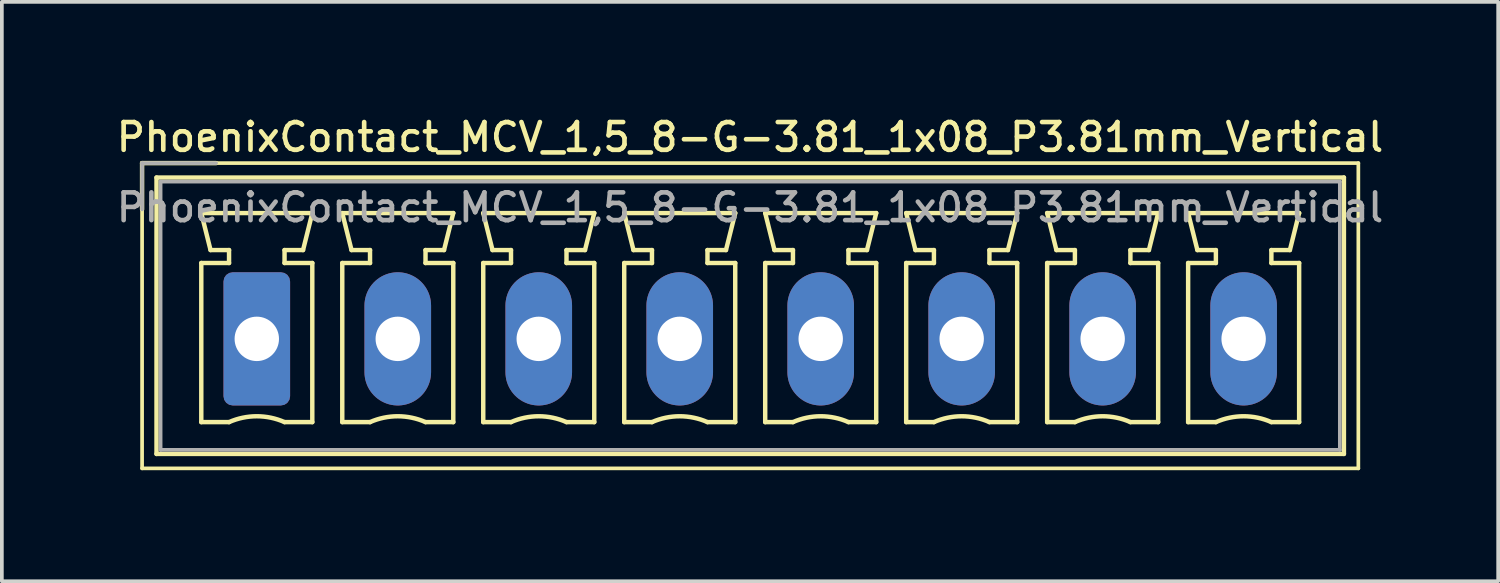
<source format=kicad_pcb>
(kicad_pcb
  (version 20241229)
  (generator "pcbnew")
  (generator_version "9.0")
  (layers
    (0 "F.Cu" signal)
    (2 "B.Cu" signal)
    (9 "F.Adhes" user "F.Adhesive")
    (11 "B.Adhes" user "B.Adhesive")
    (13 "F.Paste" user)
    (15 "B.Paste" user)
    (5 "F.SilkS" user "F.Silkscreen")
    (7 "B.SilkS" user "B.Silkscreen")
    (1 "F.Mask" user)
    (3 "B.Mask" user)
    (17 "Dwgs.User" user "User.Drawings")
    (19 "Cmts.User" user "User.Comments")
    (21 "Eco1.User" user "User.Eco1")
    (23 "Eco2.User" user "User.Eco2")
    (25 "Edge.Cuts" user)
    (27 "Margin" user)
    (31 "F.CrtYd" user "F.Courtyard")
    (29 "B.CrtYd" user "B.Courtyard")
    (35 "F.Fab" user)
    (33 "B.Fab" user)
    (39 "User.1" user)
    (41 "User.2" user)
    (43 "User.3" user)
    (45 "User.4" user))
  (footprint "PhoenixContact_MCV_1,5_8-G-3.81_1x08_P3.81mm_Vertical"
    (layer "F.Cu")
    (at 3.89 6.108)
    (property "Reference" "PhoenixContact_MCV_1,5_8-G-3.81_1x08_P3.81mm_Vertical" (at 13.33 -5.45 0) (layer "F.SilkS") (effects (font (size 0.75 0.75) (thickness 0.125))))
    (attr through_hole)
    (fp_line (start -3.1 -4.75) (end -3.1 3.5) (stroke (width 0.1) (type solid)) (layer "F.SilkS"))
    (fp_line (start -3.1 -4.75) (end -1.1 -4.75) (stroke (width 0.12) (type solid)) (layer "F.SilkS"))
    (fp_line (start -3.1 -3.5) (end -3.1 -4.75) (stroke (width 0.12) (type solid)) (layer "F.SilkS"))
    (fp_line (start -3.1 3.5) (end 29.77 3.5) (stroke (width 0.1) (type solid)) (layer "F.SilkS"))
    (fp_line (start -2.71 -4.36) (end -2.71 3.11) (stroke (width 0.12) (type solid)) (layer "F.SilkS"))
    (fp_line (start -2.71 3.11) (end 29.38 3.11) (stroke (width 0.12) (type solid)) (layer "F.SilkS"))
    (fp_line (start -1.5 -3.4) (end 1.5 -3.4) (stroke (width 0.12) (type solid)) (layer "F.SilkS"))
    (fp_line (start -1.5 -2.05) (end -0.75 -2.05) (stroke (width 0.12) (type solid)) (layer "F.SilkS"))
    (fp_line (start -1.5 2.25) (end -1.5 -2.05) (stroke (width 0.12) (type solid)) (layer "F.SilkS"))
    (fp_line (start -1.25 -2.4) (end -1.5 -3.4) (stroke (width 0.12) (type solid)) (layer "F.SilkS"))
    (fp_line (start -0.75 -2.4) (end -1.25 -2.4) (stroke (width 0.12) (type solid)) (layer "F.SilkS"))
    (fp_line (start -0.75 -2.05) (end -0.75 -2.4) (stroke (width 0.12) (type solid)) (layer "F.SilkS"))
    (fp_line (start -0.75 2.25) (end -1.5 2.25) (stroke (width 0.12) (type solid)) (layer "F.SilkS"))
    (fp_line (start 0.75 -2.4) (end 0.75 -2.05) (stroke (width 0.12) (type solid)) (layer "F.SilkS"))
    (fp_line (start 0.75 -2.05) (end 1.5 -2.05) (stroke (width 0.12) (type solid)) (layer "F.SilkS"))
    (fp_line (start 1.25 -2.4) (end 0.75 -2.4) (stroke (width 0.12) (type solid)) (layer "F.SilkS"))
    (fp_line (start 1.5 -3.4) (end 1.25 -2.4) (stroke (width 0.12) (type solid)) (layer "F.SilkS"))
    (fp_line (start 1.5 -2.05) (end 1.5 2.25) (stroke (width 0.12) (type solid)) (layer "F.SilkS"))
    (fp_line (start 1.5 2.25) (end 0.75 2.25) (stroke (width 0.12) (type solid)) (layer "F.SilkS"))
    (fp_line (start 2.31 -3.4) (end 5.31 -3.4) (stroke (width 0.12) (type solid)) (layer "F.SilkS"))
    (fp_line (start 2.31 -2.05) (end 3.06 -2.05) (stroke (width 0.12) (type solid)) (layer "F.SilkS"))
    (fp_line (start 2.31 2.25) (end 2.31 -2.05) (stroke (width 0.12) (type solid)) (layer "F.SilkS"))
    (fp_line (start 2.56 -2.4) (end 2.31 -3.4) (stroke (width 0.12) (type solid)) (layer "F.SilkS"))
    (fp_line (start 3.06 -2.4) (end 2.56 -2.4) (stroke (width 0.12) (type solid)) (layer "F.SilkS"))
    (fp_line (start 3.06 -2.05) (end 3.06 -2.4) (stroke (width 0.12) (type solid)) (layer "F.SilkS"))
    (fp_line (start 3.06 2.25) (end 2.31 2.25) (stroke (width 0.12) (type solid)) (layer "F.SilkS"))
    (fp_line (start 4.56 -2.4) (end 4.56 -2.05) (stroke (width 0.12) (type solid)) (layer "F.SilkS"))
    (fp_line (start 4.56 -2.05) (end 5.31 -2.05) (stroke (width 0.12) (type solid)) (layer "F.SilkS"))
    (fp_line (start 5.06 -2.4) (end 4.56 -2.4) (stroke (width 0.12) (type solid)) (layer "F.SilkS"))
    (fp_line (start 5.31 -3.4) (end 5.06 -2.4) (stroke (width 0.12) (type solid)) (layer "F.SilkS"))
    (fp_line (start 5.31 -2.05) (end 5.31 2.25) (stroke (width 0.12) (type solid)) (layer "F.SilkS"))
    (fp_line (start 5.31 2.25) (end 4.56 2.25) (stroke (width 0.12) (type solid)) (layer "F.SilkS"))
    (fp_line (start 6.12 -3.4) (end 9.12 -3.4) (stroke (width 0.12) (type solid)) (layer "F.SilkS"))
    (fp_line (start 6.12 -2.05) (end 6.87 -2.05) (stroke (width 0.12) (type solid)) (layer "F.SilkS"))
    (fp_line (start 6.12 2.25) (end 6.12 -2.05) (stroke (width 0.12) (type solid)) (layer "F.SilkS"))
    (fp_line (start 6.37 -2.4) (end 6.12 -3.4) (stroke (width 0.12) (type solid)) (layer "F.SilkS"))
    (fp_line (start 6.87 -2.4) (end 6.37 -2.4) (stroke (width 0.12) (type solid)) (layer "F.SilkS"))
    (fp_line (start 6.87 -2.05) (end 6.87 -2.4) (stroke (width 0.12) (type solid)) (layer "F.SilkS"))
    (fp_line (start 6.87 2.25) (end 6.12 2.25) (stroke (width 0.12) (type solid)) (layer "F.SilkS"))
    (fp_line (start 8.37 -2.4) (end 8.37 -2.05) (stroke (width 0.12) (type solid)) (layer "F.SilkS"))
    (fp_line (start 8.37 -2.05) (end 9.12 -2.05) (stroke (width 0.12) (type solid)) (layer "F.SilkS"))
    (fp_line (start 8.87 -2.4) (end 8.37 -2.4) (stroke (width 0.12) (type solid)) (layer "F.SilkS"))
    (fp_line (start 9.12 -3.4) (end 8.87 -2.4) (stroke (width 0.12) (type solid)) (layer "F.SilkS"))
    (fp_line (start 9.12 -2.05) (end 9.12 2.25) (stroke (width 0.12) (type solid)) (layer "F.SilkS"))
    (fp_line (start 9.12 2.25) (end 8.37 2.25) (stroke (width 0.12) (type solid)) (layer "F.SilkS"))
    (fp_line (start 9.93 -3.4) (end 12.93 -3.4) (stroke (width 0.12) (type solid)) (layer "F.SilkS"))
    (fp_line (start 9.93 -2.05) (end 10.68 -2.05) (stroke (width 0.12) (type solid)) (layer "F.SilkS"))
    (fp_line (start 9.93 2.25) (end 9.93 -2.05) (stroke (width 0.12) (type solid)) (layer "F.SilkS"))
    (fp_line (start 10.18 -2.4) (end 9.93 -3.4) (stroke (width 0.12) (type solid)) (layer "F.SilkS"))
    (fp_line (start 10.68 -2.4) (end 10.18 -2.4) (stroke (width 0.12) (type solid)) (layer "F.SilkS"))
    (fp_line (start 10.68 -2.05) (end 10.68 -2.4) (stroke (width 0.12) (type solid)) (layer "F.SilkS"))
    (fp_line (start 10.68 2.25) (end 9.93 2.25) (stroke (width 0.12) (type solid)) (layer "F.SilkS"))
    (fp_line (start 12.18 -2.4) (end 12.18 -2.05) (stroke (width 0.12) (type solid)) (layer "F.SilkS"))
    (fp_line (start 12.18 -2.05) (end 12.93 -2.05) (stroke (width 0.12) (type solid)) (layer "F.SilkS"))
    (fp_line (start 12.68 -2.4) (end 12.18 -2.4) (stroke (width 0.12) (type solid)) (layer "F.SilkS"))
    (fp_line (start 12.93 -3.4) (end 12.68 -2.4) (stroke (width 0.12) (type solid)) (layer "F.SilkS"))
    (fp_line (start 12.93 -2.05) (end 12.93 2.25) (stroke (width 0.12) (type solid)) (layer "F.SilkS"))
    (fp_line (start 12.93 2.25) (end 12.18 2.25) (stroke (width 0.12) (type solid)) (layer "F.SilkS"))
    (fp_line (start 13.74 -3.4) (end 16.74 -3.4) (stroke (width 0.12) (type solid)) (layer "F.SilkS"))
    (fp_line (start 13.74 -2.05) (end 14.49 -2.05) (stroke (width 0.12) (type solid)) (layer "F.SilkS"))
    (fp_line (start 13.74 2.25) (end 13.74 -2.05) (stroke (width 0.12) (type solid)) (layer "F.SilkS"))
    (fp_line (start 13.99 -2.4) (end 13.74 -3.4) (stroke (width 0.12) (type solid)) (layer "F.SilkS"))
    (fp_line (start 14.49 -2.4) (end 13.99 -2.4) (stroke (width 0.12) (type solid)) (layer "F.SilkS"))
    (fp_line (start 14.49 -2.05) (end 14.49 -2.4) (stroke (width 0.12) (type solid)) (layer "F.SilkS"))
    (fp_line (start 14.49 2.25) (end 13.74 2.25) (stroke (width 0.12) (type solid)) (layer "F.SilkS"))
    (fp_line (start 15.99 -2.4) (end 15.99 -2.05) (stroke (width 0.12) (type solid)) (layer "F.SilkS"))
    (fp_line (start 15.99 -2.05) (end 16.74 -2.05) (stroke (width 0.12) (type solid)) (layer "F.SilkS"))
    (fp_line (start 16.49 -2.4) (end 15.99 -2.4) (stroke (width 0.12) (type solid)) (layer "F.SilkS"))
    (fp_line (start 16.74 -3.4) (end 16.49 -2.4) (stroke (width 0.12) (type solid)) (layer "F.SilkS"))
    (fp_line (start 16.74 -2.05) (end 16.74 2.25) (stroke (width 0.12) (type solid)) (layer "F.SilkS"))
    (fp_line (start 16.74 2.25) (end 15.99 2.25) (stroke (width 0.12) (type solid)) (layer "F.SilkS"))
    (fp_line (start 17.55 -3.4) (end 20.55 -3.4) (stroke (width 0.12) (type solid)) (layer "F.SilkS"))
    (fp_line (start 17.55 -2.05) (end 18.3 -2.05) (stroke (width 0.12) (type solid)) (layer "F.SilkS"))
    (fp_line (start 17.55 2.25) (end 17.55 -2.05) (stroke (width 0.12) (type solid)) (layer "F.SilkS"))
    (fp_line (start 17.8 -2.4) (end 17.55 -3.4) (stroke (width 0.12) (type solid)) (layer "F.SilkS"))
    (fp_line (start 18.3 -2.4) (end 17.8 -2.4) (stroke (width 0.12) (type solid)) (layer "F.SilkS"))
    (fp_line (start 18.3 -2.05) (end 18.3 -2.4) (stroke (width 0.12) (type solid)) (layer "F.SilkS"))
    (fp_line (start 18.3 2.25) (end 17.55 2.25) (stroke (width 0.12) (type solid)) (layer "F.SilkS"))
    (fp_line (start 19.8 -2.4) (end 19.8 -2.05) (stroke (width 0.12) (type solid)) (layer "F.SilkS"))
    (fp_line (start 19.8 -2.05) (end 20.55 -2.05) (stroke (width 0.12) (type solid)) (layer "F.SilkS"))
    (fp_line (start 20.3 -2.4) (end 19.8 -2.4) (stroke (width 0.12) (type solid)) (layer "F.SilkS"))
    (fp_line (start 20.55 -3.4) (end 20.3 -2.4) (stroke (width 0.12) (type solid)) (layer "F.SilkS"))
    (fp_line (start 20.55 -2.05) (end 20.55 2.25) (stroke (width 0.12) (type solid)) (layer "F.SilkS"))
    (fp_line (start 20.55 2.25) (end 19.8 2.25) (stroke (width 0.12) (type solid)) (layer "F.SilkS"))
    (fp_line (start 21.36 -3.4) (end 24.36 -3.4) (stroke (width 0.12) (type solid)) (layer "F.SilkS"))
    (fp_line (start 21.36 -2.05) (end 22.11 -2.05) (stroke (width 0.12) (type solid)) (layer "F.SilkS"))
    (fp_line (start 21.36 2.25) (end 21.36 -2.05) (stroke (width 0.12) (type solid)) (layer "F.SilkS"))
    (fp_line (start 21.61 -2.4) (end 21.36 -3.4) (stroke (width 0.12) (type solid)) (layer "F.SilkS"))
    (fp_line (start 22.11 -2.4) (end 21.61 -2.4) (stroke (width 0.12) (type solid)) (layer "F.SilkS"))
    (fp_line (start 22.11 -2.05) (end 22.11 -2.4) (stroke (width 0.12) (type solid)) (layer "F.SilkS"))
    (fp_line (start 22.11 2.25) (end 21.36 2.25) (stroke (width 0.12) (type solid)) (layer "F.SilkS"))
    (fp_line (start 23.61 -2.4) (end 23.61 -2.05) (stroke (width 0.12) (type solid)) (layer "F.SilkS"))
    (fp_line (start 23.61 -2.05) (end 24.36 -2.05) (stroke (width 0.12) (type solid)) (layer "F.SilkS"))
    (fp_line (start 24.11 -2.4) (end 23.61 -2.4) (stroke (width 0.12) (type solid)) (layer "F.SilkS"))
    (fp_line (start 24.36 -3.4) (end 24.11 -2.4) (stroke (width 0.12) (type solid)) (layer "F.SilkS"))
    (fp_line (start 24.36 -2.05) (end 24.36 2.25) (stroke (width 0.12) (type solid)) (layer "F.SilkS"))
    (fp_line (start 24.36 2.25) (end 23.61 2.25) (stroke (width 0.12) (type solid)) (layer "F.SilkS"))
    (fp_line (start 25.17 -3.4) (end 28.17 -3.4) (stroke (width 0.12) (type solid)) (layer "F.SilkS"))
    (fp_line (start 25.17 -2.05) (end 25.92 -2.05) (stroke (width 0.12) (type solid)) (layer "F.SilkS"))
    (fp_line (start 25.17 2.25) (end 25.17 -2.05) (stroke (width 0.12) (type solid)) (layer "F.SilkS"))
    (fp_line (start 25.42 -2.4) (end 25.17 -3.4) (stroke (width 0.12) (type solid)) (layer "F.SilkS"))
    (fp_line (start 25.92 -2.4) (end 25.42 -2.4) (stroke (width 0.12) (type solid)) (layer "F.SilkS"))
    (fp_line (start 25.92 -2.05) (end 25.92 -2.4) (stroke (width 0.12) (type solid)) (layer "F.SilkS"))
    (fp_line (start 25.92 2.25) (end 25.17 2.25) (stroke (width 0.12) (type solid)) (layer "F.SilkS"))
    (fp_line (start 27.42 -2.4) (end 27.42 -2.05) (stroke (width 0.12) (type solid)) (layer "F.SilkS"))
    (fp_line (start 27.42 -2.05) (end 28.17 -2.05) (stroke (width 0.12) (type solid)) (layer "F.SilkS"))
    (fp_line (start 27.92 -2.4) (end 27.42 -2.4) (stroke (width 0.12) (type solid)) (layer "F.SilkS"))
    (fp_line (start 28.17 -3.4) (end 27.92 -2.4) (stroke (width 0.12) (type solid)) (layer "F.SilkS"))
    (fp_line (start 28.17 -2.05) (end 28.17 2.25) (stroke (width 0.12) (type solid)) (layer "F.SilkS"))
    (fp_line (start 28.17 2.25) (end 27.42 2.25) (stroke (width 0.12) (type solid)) (layer "F.SilkS"))
    (fp_line (start 29.38 -4.36) (end -2.71 -4.36) (stroke (width 0.12) (type solid)) (layer "F.SilkS"))
    (fp_line (start 29.38 3.11) (end 29.38 -4.36) (stroke (width 0.12) (type solid)) (layer "F.SilkS"))
    (fp_line (start 29.77 -4.75) (end -3.1 -4.75) (stroke (width 0.1) (type solid)) (layer "F.SilkS"))
    (fp_line (start 29.77 3.5) (end 29.77 -4.75) (stroke (width 0.1) (type solid)) (layer "F.SilkS"))
    (fp_arc (start -0.75 2.25) (mid -0.000193 2.09191) (end 0.749647 2.249844) (stroke (width 0.12) (type solid)) (layer "F.SilkS"))
    (fp_arc (start 3.06 2.25) (mid 3.809807 2.09191) (end 4.559647 2.249844) (stroke (width 0.12) (type solid)) (layer "F.SilkS"))
    (fp_arc (start 6.87 2.25) (mid 7.619807 2.09191) (end 8.369647 2.249844) (stroke (width 0.12) (type solid)) (layer "F.SilkS"))
    (fp_arc (start 10.68 2.25) (mid 11.429807 2.09191) (end 12.179647 2.249844) (stroke (width 0.12) (type solid)) (layer "F.SilkS"))
    (fp_arc (start 14.49 2.25) (mid 15.239807 2.09191) (end 15.989647 2.249844) (stroke (width 0.12) (type solid)) (layer "F.SilkS"))
    (fp_arc (start 18.3 2.25) (mid 19.049807 2.09191) (end 19.799647 2.249844) (stroke (width 0.12) (type solid)) (layer "F.SilkS"))
    (fp_arc (start 22.11 2.25) (mid 22.859807 2.09191) (end 23.609647 2.249844) (stroke (width 0.12) (type solid)) (layer "F.SilkS"))
    (fp_arc (start 25.92 2.25) (mid 26.669807 2.09191) (end 27.419647 2.249844) (stroke (width 0.12) (type solid)) (layer "F.SilkS"))
    (fp_line (start -3.1 -4.75) (end -1.1 -4.75) (stroke (width 0.1) (type solid)) (layer "F.Fab"))
    (fp_line (start -3.1 -3.5) (end -3.1 -4.75) (stroke (width 0.1) (type solid)) (layer "F.Fab"))
    (fp_line (start -2.6 -4.25) (end -2.6 3) (stroke (width 0.1) (type solid)) (layer "F.Fab"))
    (fp_line (start -2.6 3) (end 29.27 3) (stroke (width 0.1) (type solid)) (layer "F.Fab"))
    (fp_line (start 29.27 -4.25) (end -2.6 -4.25) (stroke (width 0.1) (type solid)) (layer "F.Fab"))
    (fp_line (start 29.27 3) (end 29.27 -4.25) (stroke (width 0.1) (type solid)) (layer "F.Fab"))
    (fp_text user "${REFERENCE}" (at 13.33 -3.55 0) (layer "F.Fab") (effects (font (size 0.75 0.75) (thickness 0.125))))
    (pad "1" thru_hole roundrect (at 0 0) (size 1.8 3.6) (drill 1.2) (layers "*.Cu" "*.Mask") (roundrect_rratio 0.139))
    (pad "2" thru_hole oval (at 3.81 0) (size 1.8 3.6) (drill 1.2) (layers "*.Cu" "*.Mask"))
    (pad "3" thru_hole oval (at 7.62 0) (size 1.8 3.6) (drill 1.2) (layers "*.Cu" "*.Mask"))
    (pad "4" thru_hole oval (at 11.43 0) (size 1.8 3.6) (drill 1.2) (layers "*.Cu" "*.Mask"))
    (pad "5" thru_hole oval (at 15.24 0) (size 1.8 3.6) (drill 1.2) (layers "*.Cu" "*.Mask"))
    (pad "6" thru_hole oval (at 19.05 0) (size 1.8 3.6) (drill 1.2) (layers "*.Cu" "*.Mask"))
    (pad "7" thru_hole oval (at 22.86 0) (size 1.8 3.6) (drill 1.2) (layers "*.Cu" "*.Mask"))
    (pad "8" thru_hole oval (at 26.67 0) (size 1.8 3.6) (drill 1.2) (layers "*.Cu" "*.Mask")))
  (gr_rect
    (start -3 -3)
    (end 37.439 12.658)
    (stroke (width 0.1) (type default))
    (fill no)
    (layer "Edge.Cuts")))
</source>
